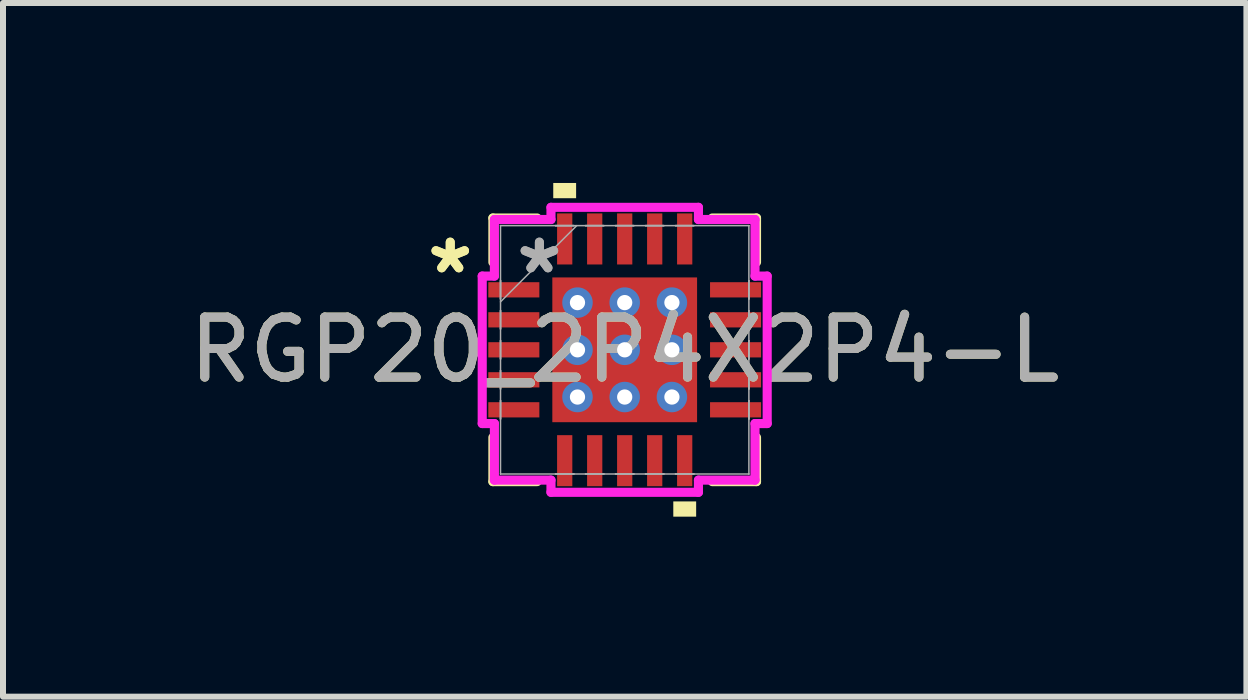
<source format=kicad_pcb>
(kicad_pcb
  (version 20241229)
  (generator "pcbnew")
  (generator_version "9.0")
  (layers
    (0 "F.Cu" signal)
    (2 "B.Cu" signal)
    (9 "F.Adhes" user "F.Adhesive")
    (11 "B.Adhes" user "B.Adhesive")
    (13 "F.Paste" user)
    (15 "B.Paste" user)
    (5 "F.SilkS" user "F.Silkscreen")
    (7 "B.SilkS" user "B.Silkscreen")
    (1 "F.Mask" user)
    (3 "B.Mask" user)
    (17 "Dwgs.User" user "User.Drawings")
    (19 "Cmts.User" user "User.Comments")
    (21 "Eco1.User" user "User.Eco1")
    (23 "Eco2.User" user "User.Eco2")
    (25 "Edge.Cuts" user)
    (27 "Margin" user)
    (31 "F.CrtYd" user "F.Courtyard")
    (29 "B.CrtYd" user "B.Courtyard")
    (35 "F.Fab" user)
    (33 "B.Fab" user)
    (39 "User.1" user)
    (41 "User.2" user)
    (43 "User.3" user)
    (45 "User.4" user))
  (footprint "RGP20_2P4X2P4-L"
    (layer "F.Cu")
    (at 7.363 2.781)
    (property "Reference" "RGP20_2P4X2P4-L" (at 0 0 0) (unlocked yes) (layer "F.SilkS") (effects (font (size 1 1) (thickness 0.15))))
    (attr smd)
    (fp_poly (pts (xy -1.27 -1.27) (xy -0.987 -1.27) (xy -0.987 1.27) (xy -1.27 1.27)) (stroke (width 0) (type solid)) (fill yes) (layer "F.Mask"))
    (fp_poly (pts (xy -1.27 -1.27) (xy 1.27 -1.27) (xy 1.27 -0.987) (xy -1.27 -0.987)) (stroke (width 0) (type solid)) (fill yes) (layer "F.Mask"))
    (fp_poly (pts (xy -1.27 -0.587) (xy 1.27 -0.587) (xy 1.27 -0.2) (xy -1.27 -0.2)) (stroke (width 0) (type solid)) (fill yes) (layer "F.Mask"))
    (fp_poly (pts (xy -1.27 0.2) (xy 1.27 0.2) (xy 1.27 0.587) (xy -1.27 0.587)) (stroke (width 0) (type solid)) (fill yes) (layer "F.Mask"))
    (fp_poly (pts (xy -1.27 0.987) (xy 1.27 0.987) (xy 1.27 1.27) (xy -1.27 1.27)) (stroke (width 0) (type solid)) (fill yes) (layer "F.Mask"))
    (fp_poly (pts (xy -0.2 -1.27) (xy -0.587 -1.27) (xy -0.587 1.27) (xy -0.2 1.27)) (stroke (width 0) (type solid)) (fill yes) (layer "F.Mask"))
    (fp_poly (pts (xy 0.587 -1.27) (xy 0.2 -1.27) (xy 0.2 1.27) (xy 0.587 1.27)) (stroke (width 0) (type solid)) (fill yes) (layer "F.Mask"))
    (fp_poly (pts (xy 0.987 -1.27) (xy 1.27 -1.27) (xy 1.27 1.27) (xy 0.987 1.27)) (stroke (width 0) (type solid)) (fill yes) (layer "F.Mask"))
    (fp_line (start -2.197 -2.197) (end -2.197 -1.46) (stroke (width 0.152) (type solid)) (layer "F.SilkS"))
    (fp_line (start -2.197 1.46) (end -2.197 2.197) (stroke (width 0.152) (type solid)) (layer "F.SilkS"))
    (fp_line (start -2.197 2.197) (end -1.46 2.197) (stroke (width 0.152) (type solid)) (layer "F.SilkS"))
    (fp_line (start -1.46 -2.197) (end -2.197 -2.197) (stroke (width 0.152) (type solid)) (layer "F.SilkS"))
    (fp_line (start 1.46 2.197) (end 2.197 2.197) (stroke (width 0.152) (type solid)) (layer "F.SilkS"))
    (fp_line (start 2.197 -2.197) (end 1.46 -2.197) (stroke (width 0.152) (type solid)) (layer "F.SilkS"))
    (fp_line (start 2.197 -1.46) (end 2.197 -2.197) (stroke (width 0.152) (type solid)) (layer "F.SilkS"))
    (fp_line (start 2.197 2.197) (end 2.197 1.46) (stroke (width 0.152) (type solid)) (layer "F.SilkS"))
    (fp_poly (pts (xy -1.191 -2.527) (xy -1.191 -2.781) (xy -0.81 -2.781) (xy -0.81 -2.527)) (stroke (width 0) (type solid)) (fill yes) (layer "F.SilkS"))
    (fp_poly (pts (xy 0.81 2.527) (xy 0.81 2.781) (xy 1.191 2.781) (xy 1.191 2.527)) (stroke (width 0) (type solid)) (fill yes) (layer "F.SilkS"))
    (fp_poly (pts (xy -1.132 -1.132) (xy -1.132 -0.887) (xy -1.029 -0.887) (xy -0.887 -1.029) (xy -0.887 -1.132)) (stroke (width 0) (type solid)) (fill yes) (layer "F.Paste"))
    (fp_poly (pts (xy -1.132 0.887) (xy -1.132 1.132) (xy -0.887 1.132) (xy -0.887 1.029) (xy -1.029 0.887)) (stroke (width 0) (type solid)) (fill yes) (layer "F.Paste"))
    (fp_poly (pts (xy 0.887 -1.132) (xy 0.887 -1.029) (xy 1.029 -0.887) (xy 1.132 -0.887) (xy 1.132 -1.132)) (stroke (width 0) (type solid)) (fill yes) (layer "F.Paste"))
    (fp_poly (pts (xy 1.029 0.887) (xy 0.887 1.029) (xy 0.887 1.132) (xy 1.132 1.132) (xy 1.132 0.887)) (stroke (width 0) (type solid)) (fill yes) (layer "F.Paste"))
    (fp_poly (pts (xy -1.132 -0.687) (xy -1.132 -0.1) (xy -1.029 -0.1) (xy -0.887 -0.241) (xy -0.887 -0.546) (xy -1.029 -0.687)) (stroke (width 0) (type solid)) (fill yes) (layer "F.Paste"))
    (fp_poly (pts (xy -1.132 0.1) (xy -1.132 0.687) (xy -1.029 0.687) (xy -0.887 0.546) (xy -0.887 0.241) (xy -1.029 0.1)) (stroke (width 0) (type solid)) (fill yes) (layer "F.Paste"))
    (fp_poly (pts (xy -0.687 -1.132) (xy -0.687 -1.029) (xy -0.546 -0.887) (xy -0.241 -0.887) (xy -0.1 -1.029) (xy -0.1 -1.132)) (stroke (width 0) (type solid)) (fill yes) (layer "F.Paste"))
    (fp_poly (pts (xy -0.546 0.887) (xy -0.687 1.029) (xy -0.687 1.132) (xy -0.1 1.132) (xy -0.1 1.029) (xy -0.241 0.887)) (stroke (width 0) (type solid)) (fill yes) (layer "F.Paste"))
    (fp_poly (pts (xy 0.1 -1.132) (xy 0.1 -1.029) (xy 0.241 -0.887) (xy 0.546 -0.887) (xy 0.687 -1.029) (xy 0.687 -1.132)) (stroke (width 0) (type solid)) (fill yes) (layer "F.Paste"))
    (fp_poly (pts (xy 0.241 0.887) (xy 0.1 1.029) (xy 0.1 1.132) (xy 0.687 1.132) (xy 0.687 1.029) (xy 0.546 0.887)) (stroke (width 0) (type solid)) (fill yes) (layer "F.Paste"))
    (fp_poly (pts (xy 1.029 -0.687) (xy 0.887 -0.546) (xy 0.887 -0.241) (xy 1.029 -0.1) (xy 1.132 -0.1) (xy 1.132 -0.687)) (stroke (width 0) (type solid)) (fill yes) (layer "F.Paste"))
    (fp_poly (pts (xy 1.029 0.1) (xy 0.887 0.241) (xy 0.887 0.546) (xy 1.029 0.687) (xy 1.132 0.687) (xy 1.132 0.1)) (stroke (width 0) (type solid)) (fill yes) (layer "F.Paste"))
    (fp_poly (pts (xy -0.546 -0.687) (xy -0.687 -0.546) (xy -0.687 -0.241) (xy -0.546 -0.1) (xy -0.241 -0.1) (xy -0.1 -0.241) (xy -0.1 -0.546) (xy -0.241 -0.687)) (stroke (width 0) (type solid)) (fill yes) (layer "F.Paste"))
    (fp_poly (pts (xy -0.546 0.1) (xy -0.687 0.241) (xy -0.687 0.546) (xy -0.546 0.687) (xy -0.241 0.687) (xy -0.1 0.546) (xy -0.1 0.241) (xy -0.241 0.1)) (stroke (width 0) (type solid)) (fill yes) (layer "F.Paste"))
    (fp_poly (pts (xy 0.241 -0.687) (xy 0.1 -0.546) (xy 0.1 -0.241) (xy 0.241 -0.1) (xy 0.546 -0.1) (xy 0.687 -0.241) (xy 0.687 -0.546) (xy 0.546 -0.687)) (stroke (width 0) (type solid)) (fill yes) (layer "F.Paste"))
    (fp_poly (pts (xy 0.241 0.1) (xy 0.1 0.241) (xy 0.1 0.546) (xy 0.241 0.687) (xy 0.546 0.687) (xy 0.687 0.546) (xy 0.687 0.241) (xy 0.546 0.1)) (stroke (width 0) (type solid)) (fill yes) (layer "F.Paste"))
    (fp_line (start -2.375 -1.229) (end -2.172 -1.229) (stroke (width 0.152) (type solid)) (layer "F.CrtYd"))
    (fp_line (start -2.375 1.229) (end -2.375 -1.229) (stroke (width 0.152) (type solid)) (layer "F.CrtYd"))
    (fp_line (start -2.172 -2.172) (end -1.229 -2.172) (stroke (width 0.152) (type solid)) (layer "F.CrtYd"))
    (fp_line (start -2.172 -1.229) (end -2.172 -2.172) (stroke (width 0.152) (type solid)) (layer "F.CrtYd"))
    (fp_line (start -2.172 1.229) (end -2.375 1.229) (stroke (width 0.152) (type solid)) (layer "F.CrtYd"))
    (fp_line (start -2.172 2.172) (end -2.172 1.229) (stroke (width 0.152) (type solid)) (layer "F.CrtYd"))
    (fp_line (start -1.229 -2.375) (end 1.229 -2.375) (stroke (width 0.152) (type solid)) (layer "F.CrtYd"))
    (fp_line (start -1.229 -2.172) (end -1.229 -2.375) (stroke (width 0.152) (type solid)) (layer "F.CrtYd"))
    (fp_line (start -1.229 2.172) (end -2.172 2.172) (stroke (width 0.152) (type solid)) (layer "F.CrtYd"))
    (fp_line (start -1.229 2.375) (end -1.229 2.172) (stroke (width 0.152) (type solid)) (layer "F.CrtYd"))
    (fp_line (start 1.229 -2.375) (end 1.229 -2.172) (stroke (width 0.152) (type solid)) (layer "F.CrtYd"))
    (fp_line (start 1.229 -2.172) (end 2.172 -2.172) (stroke (width 0.152) (type solid)) (layer "F.CrtYd"))
    (fp_line (start 1.229 2.172) (end 1.229 2.375) (stroke (width 0.152) (type solid)) (layer "F.CrtYd"))
    (fp_line (start 1.229 2.375) (end -1.229 2.375) (stroke (width 0.152) (type solid)) (layer "F.CrtYd"))
    (fp_line (start 2.172 -2.172) (end 2.172 -1.229) (stroke (width 0.152) (type solid)) (layer "F.CrtYd"))
    (fp_line (start 2.172 -1.229) (end 2.375 -1.229) (stroke (width 0.152) (type solid)) (layer "F.CrtYd"))
    (fp_line (start 2.172 1.229) (end 2.172 2.172) (stroke (width 0.152) (type solid)) (layer "F.CrtYd"))
    (fp_line (start 2.172 2.172) (end 1.229 2.172) (stroke (width 0.152) (type solid)) (layer "F.CrtYd"))
    (fp_line (start 2.375 -1.229) (end 2.375 1.229) (stroke (width 0.152) (type solid)) (layer "F.CrtYd"))
    (fp_line (start 2.375 1.229) (end 2.172 1.229) (stroke (width 0.152) (type solid)) (layer "F.CrtYd"))
    (fp_line (start -2.07 -2.07) (end -2.07 -2.07) (stroke (width 0.025) (type solid)) (layer "F.Fab"))
    (fp_line (start -2.07 -2.07) (end -2.07 2.07) (stroke (width 0.025) (type solid)) (layer "F.Fab"))
    (fp_line (start -2.07 -1.152) (end -2.07 -1.152) (stroke (width 0.025) (type solid)) (layer "F.Fab"))
    (fp_line (start -2.07 -1.152) (end -2.07 -0.848) (stroke (width 0.025) (type solid)) (layer "F.Fab"))
    (fp_line (start -2.07 -0.848) (end -2.07 -1.152) (stroke (width 0.025) (type solid)) (layer "F.Fab"))
    (fp_line (start -2.07 -0.848) (end -2.07 -0.848) (stroke (width 0.025) (type solid)) (layer "F.Fab"))
    (fp_line (start -2.07 -0.8) (end -0.8 -2.07) (stroke (width 0.025) (type solid)) (layer "F.Fab"))
    (fp_line (start -2.07 -0.652) (end -2.07 -0.652) (stroke (width 0.025) (type solid)) (layer "F.Fab"))
    (fp_line (start -2.07 -0.652) (end -2.07 -0.348) (stroke (width 0.025) (type solid)) (layer "F.Fab"))
    (fp_line (start -2.07 -0.348) (end -2.07 -0.652) (stroke (width 0.025) (type solid)) (layer "F.Fab"))
    (fp_line (start -2.07 -0.348) (end -2.07 -0.348) (stroke (width 0.025) (type solid)) (layer "F.Fab"))
    (fp_line (start -2.07 -0.152) (end -2.07 -0.152) (stroke (width 0.025) (type solid)) (layer "F.Fab"))
    (fp_line (start -2.07 -0.152) (end -2.07 0.152) (stroke (width 0.025) (type solid)) (layer "F.Fab"))
    (fp_line (start -2.07 0.152) (end -2.07 -0.152) (stroke (width 0.025) (type solid)) (layer "F.Fab"))
    (fp_line (start -2.07 0.152) (end -2.07 0.152) (stroke (width 0.025) (type solid)) (layer "F.Fab"))
    (fp_line (start -2.07 0.348) (end -2.07 0.348) (stroke (width 0.025) (type solid)) (layer "F.Fab"))
    (fp_line (start -2.07 0.348) (end -2.07 0.652) (stroke (width 0.025) (type solid)) (layer "F.Fab"))
    (fp_line (start -2.07 0.652) (end -2.07 0.348) (stroke (width 0.025) (type solid)) (layer "F.Fab"))
    (fp_line (start -2.07 0.652) (end -2.07 0.652) (stroke (width 0.025) (type solid)) (layer "F.Fab"))
    (fp_line (start -2.07 0.848) (end -2.07 0.848) (stroke (width 0.025) (type solid)) (layer "F.Fab"))
    (fp_line (start -2.07 0.848) (end -2.07 1.152) (stroke (width 0.025) (type solid)) (layer "F.Fab"))
    (fp_line (start -2.07 1.152) (end -2.07 0.848) (stroke (width 0.025) (type solid)) (layer "F.Fab"))
    (fp_line (start -2.07 1.152) (end -2.07 1.152) (stroke (width 0.025) (type solid)) (layer "F.Fab"))
    (fp_line (start -2.07 2.07) (end -2.07 2.07) (stroke (width 0.025) (type solid)) (layer "F.Fab"))
    (fp_line (start -2.07 2.07) (end 2.07 2.07) (stroke (width 0.025) (type solid)) (layer "F.Fab"))
    (fp_line (start -1.152 -2.07) (end -1.152 -2.07) (stroke (width 0.025) (type solid)) (layer "F.Fab"))
    (fp_line (start -1.152 -2.07) (end -0.848 -2.07) (stroke (width 0.025) (type solid)) (layer "F.Fab"))
    (fp_line (start -1.152 2.07) (end -1.152 2.07) (stroke (width 0.025) (type solid)) (layer "F.Fab"))
    (fp_line (start -1.152 2.07) (end -0.848 2.07) (stroke (width 0.025) (type solid)) (layer "F.Fab"))
    (fp_line (start -0.848 -2.07) (end -1.152 -2.07) (stroke (width 0.025) (type solid)) (layer "F.Fab"))
    (fp_line (start -0.848 -2.07) (end -0.848 -2.07) (stroke (width 0.025) (type solid)) (layer "F.Fab"))
    (fp_line (start -0.848 2.07) (end -1.152 2.07) (stroke (width 0.025) (type solid)) (layer "F.Fab"))
    (fp_line (start -0.848 2.07) (end -0.848 2.07) (stroke (width 0.025) (type solid)) (layer "F.Fab"))
    (fp_line (start -0.652 -2.07) (end -0.652 -2.07) (stroke (width 0.025) (type solid)) (layer "F.Fab"))
    (fp_line (start -0.652 -2.07) (end -0.348 -2.07) (stroke (width 0.025) (type solid)) (layer "F.Fab"))
    (fp_line (start -0.652 2.07) (end -0.652 2.07) (stroke (width 0.025) (type solid)) (layer "F.Fab"))
    (fp_line (start -0.652 2.07) (end -0.348 2.07) (stroke (width 0.025) (type solid)) (layer "F.Fab"))
    (fp_line (start -0.348 -2.07) (end -0.652 -2.07) (stroke (width 0.025) (type solid)) (layer "F.Fab"))
    (fp_line (start -0.348 -2.07) (end -0.348 -2.07) (stroke (width 0.025) (type solid)) (layer "F.Fab"))
    (fp_line (start -0.348 2.07) (end -0.652 2.07) (stroke (width 0.025) (type solid)) (layer "F.Fab"))
    (fp_line (start -0.348 2.07) (end -0.348 2.07) (stroke (width 0.025) (type solid)) (layer "F.Fab"))
    (fp_line (start -0.152 -2.07) (end -0.152 -2.07) (stroke (width 0.025) (type solid)) (layer "F.Fab"))
    (fp_line (start -0.152 -2.07) (end 0.152 -2.07) (stroke (width 0.025) (type solid)) (layer "F.Fab"))
    (fp_line (start -0.152 2.07) (end -0.152 2.07) (stroke (width 0.025) (type solid)) (layer "F.Fab"))
    (fp_line (start -0.152 2.07) (end 0.152 2.07) (stroke (width 0.025) (type solid)) (layer "F.Fab"))
    (fp_line (start 0.152 -2.07) (end -0.152 -2.07) (stroke (width 0.025) (type solid)) (layer "F.Fab"))
    (fp_line (start 0.152 -2.07) (end 0.152 -2.07) (stroke (width 0.025) (type solid)) (layer "F.Fab"))
    (fp_line (start 0.152 2.07) (end -0.152 2.07) (stroke (width 0.025) (type solid)) (layer "F.Fab"))
    (fp_line (start 0.152 2.07) (end 0.152 2.07) (stroke (width 0.025) (type solid)) (layer "F.Fab"))
    (fp_line (start 0.348 -2.07) (end 0.348 -2.07) (stroke (width 0.025) (type solid)) (layer "F.Fab"))
    (fp_line (start 0.348 -2.07) (end 0.652 -2.07) (stroke (width 0.025) (type solid)) (layer "F.Fab"))
    (fp_line (start 0.348 2.07) (end 0.348 2.07) (stroke (width 0.025) (type solid)) (layer "F.Fab"))
    (fp_line (start 0.348 2.07) (end 0.652 2.07) (stroke (width 0.025) (type solid)) (layer "F.Fab"))
    (fp_line (start 0.652 -2.07) (end 0.348 -2.07) (stroke (width 0.025) (type solid)) (layer "F.Fab"))
    (fp_line (start 0.652 -2.07) (end 0.652 -2.07) (stroke (width 0.025) (type solid)) (layer "F.Fab"))
    (fp_line (start 0.652 2.07) (end 0.348 2.07) (stroke (width 0.025) (type solid)) (layer "F.Fab"))
    (fp_line (start 0.652 2.07) (end 0.652 2.07) (stroke (width 0.025) (type solid)) (layer "F.Fab"))
    (fp_line (start 0.848 -2.07) (end 0.848 -2.07) (stroke (width 0.025) (type solid)) (layer "F.Fab"))
    (fp_line (start 0.848 -2.07) (end 1.152 -2.07) (stroke (width 0.025) (type solid)) (layer "F.Fab"))
    (fp_line (start 0.848 2.07) (end 0.848 2.07) (stroke (width 0.025) (type solid)) (layer "F.Fab"))
    (fp_line (start 0.848 2.07) (end 1.152 2.07) (stroke (width 0.025) (type solid)) (layer "F.Fab"))
    (fp_line (start 1.152 -2.07) (end 0.848 -2.07) (stroke (width 0.025) (type solid)) (layer "F.Fab"))
    (fp_line (start 1.152 -2.07) (end 1.152 -2.07) (stroke (width 0.025) (type solid)) (layer "F.Fab"))
    (fp_line (start 1.152 2.07) (end 0.848 2.07) (stroke (width 0.025) (type solid)) (layer "F.Fab"))
    (fp_line (start 1.152 2.07) (end 1.152 2.07) (stroke (width 0.025) (type solid)) (layer "F.Fab"))
    (fp_line (start 2.07 -2.07) (end -2.07 -2.07) (stroke (width 0.025) (type solid)) (layer "F.Fab"))
    (fp_line (start 2.07 -2.07) (end 2.07 -2.07) (stroke (width 0.025) (type solid)) (layer "F.Fab"))
    (fp_line (start 2.07 -1.152) (end 2.07 -1.152) (stroke (width 0.025) (type solid)) (layer "F.Fab"))
    (fp_line (start 2.07 -1.152) (end 2.07 -0.848) (stroke (width 0.025) (type solid)) (layer "F.Fab"))
    (fp_line (start 2.07 -0.848) (end 2.07 -1.152) (stroke (width 0.025) (type solid)) (layer "F.Fab"))
    (fp_line (start 2.07 -0.848) (end 2.07 -0.848) (stroke (width 0.025) (type solid)) (layer "F.Fab"))
    (fp_line (start 2.07 -0.652) (end 2.07 -0.652) (stroke (width 0.025) (type solid)) (layer "F.Fab"))
    (fp_line (start 2.07 -0.652) (end 2.07 -0.348) (stroke (width 0.025) (type solid)) (layer "F.Fab"))
    (fp_line (start 2.07 -0.348) (end 2.07 -0.652) (stroke (width 0.025) (type solid)) (layer "F.Fab"))
    (fp_line (start 2.07 -0.348) (end 2.07 -0.348) (stroke (width 0.025) (type solid)) (layer "F.Fab"))
    (fp_line (start 2.07 -0.152) (end 2.07 -0.152) (stroke (width 0.025) (type solid)) (layer "F.Fab"))
    (fp_line (start 2.07 -0.152) (end 2.07 0.152) (stroke (width 0.025) (type solid)) (layer "F.Fab"))
    (fp_line (start 2.07 0.152) (end 2.07 -0.152) (stroke (width 0.025) (type solid)) (layer "F.Fab"))
    (fp_line (start 2.07 0.152) (end 2.07 0.152) (stroke (width 0.025) (type solid)) (layer "F.Fab"))
    (fp_line (start 2.07 0.348) (end 2.07 0.348) (stroke (width 0.025) (type solid)) (layer "F.Fab"))
    (fp_line (start 2.07 0.348) (end 2.07 0.652) (stroke (width 0.025) (type solid)) (layer "F.Fab"))
    (fp_line (start 2.07 0.652) (end 2.07 0.348) (stroke (width 0.025) (type solid)) (layer "F.Fab"))
    (fp_line (start 2.07 0.652) (end 2.07 0.652) (stroke (width 0.025) (type solid)) (layer "F.Fab"))
    (fp_line (start 2.07 0.848) (end 2.07 0.848) (stroke (width 0.025) (type solid)) (layer "F.Fab"))
    (fp_line (start 2.07 0.848) (end 2.07 1.152) (stroke (width 0.025) (type solid)) (layer "F.Fab"))
    (fp_line (start 2.07 1.152) (end 2.07 0.848) (stroke (width 0.025) (type solid)) (layer "F.Fab"))
    (fp_line (start 2.07 1.152) (end 2.07 1.152) (stroke (width 0.025) (type solid)) (layer "F.Fab"))
    (fp_line (start 2.07 2.07) (end 2.07 -2.07) (stroke (width 0.025) (type solid)) (layer "F.Fab"))
    (fp_line (start 2.07 2.07) (end 2.07 2.07) (stroke (width 0.025) (type solid)) (layer "F.Fab"))
    (fp_text user "*" (at -2.908 -1.25 0) (unlocked yes) (layer "F.SilkS") (effects (font (size 1 1) (thickness 0.15))))
    (fp_text user "*" (at -2.908 -1.25 0) (layer "F.SilkS") (effects (font (size 1 1) (thickness 0.15))))
    (fp_text user "*" (at -1.422 -1.25 0) (layer "F.Fab") (effects (font (size 1 1) (thickness 0.15))))
    (fp_text user "${REFERENCE}" (at 0 0 0) (unlocked yes) (layer "F.Fab") (effects (font (size 1 1) (thickness 0.15))))
    (fp_text user "*" (at -1.422 -1.25 0) (unlocked yes) (layer "F.Fab") (effects (font (size 1 1) (thickness 0.15))))
    (pad "1" smd rect (at -1.848 -1 90) (size 0.254 0.851) (layers "F.Cu" "F.Mask" "F.Paste"))
    (pad "2" smd rect (at -1.848 -0.5 90) (size 0.254 0.851) (layers "F.Cu" "F.Mask" "F.Paste"))
    (pad "3" smd rect (at -1.848 0 90) (size 0.254 0.851) (layers "F.Cu" "F.Mask" "F.Paste"))
    (pad "4" smd rect (at -1.848 0.5 90) (size 0.254 0.851) (layers "F.Cu" "F.Mask" "F.Paste"))
    (pad "5" smd rect (at -1.848 1 90) (size 0.254 0.851) (layers "F.Cu" "F.Mask" "F.Paste"))
    (pad "6" smd rect (at -1 1.848) (size 0.254 0.851) (layers "F.Cu" "F.Mask" "F.Paste"))
    (pad "7" smd rect (at -0.5 1.848) (size 0.254 0.851) (layers "F.Cu" "F.Mask" "F.Paste"))
    (pad "8" smd rect (at 0 1.848) (size 0.254 0.851) (layers "F.Cu" "F.Mask" "F.Paste"))
    (pad "9" smd rect (at 0.5 1.848) (size 0.254 0.851) (layers "F.Cu" "F.Mask" "F.Paste"))
    (pad "10" smd rect (at 1 1.848) (size 0.254 0.851) (layers "F.Cu" "F.Mask" "F.Paste"))
    (pad "11" smd rect (at 1.848 1 90) (size 0.254 0.851) (layers "F.Cu" "F.Mask" "F.Paste"))
    (pad "12" smd rect (at 1.848 0.5 90) (size 0.254 0.851) (layers "F.Cu" "F.Mask" "F.Paste"))
    (pad "13" smd rect (at 1.848 0 90) (size 0.254 0.851) (layers "F.Cu" "F.Mask" "F.Paste"))
    (pad "14" smd rect (at 1.848 -0.5 90) (size 0.254 0.851) (layers "F.Cu" "F.Mask" "F.Paste"))
    (pad "15" smd rect (at 1.848 -1 90) (size 0.254 0.851) (layers "F.Cu" "F.Mask" "F.Paste"))
    (pad "16" smd rect (at 1 -1.848) (size 0.254 0.851) (layers "F.Cu" "F.Mask" "F.Paste"))
    (pad "17" smd rect (at 0.5 -1.848) (size 0.254 0.851) (layers "F.Cu" "F.Mask" "F.Paste"))
    (pad "18" smd rect (at 0 -1.848) (size 0.254 0.851) (layers "F.Cu" "F.Mask" "F.Paste"))
    (pad "19" smd rect (at -0.5 -1.848) (size 0.254 0.851) (layers "F.Cu" "F.Mask" "F.Paste"))
    (pad "20" smd rect (at -1 -1.848) (size 0.254 0.851) (layers "F.Cu" "F.Mask" "F.Paste"))
    (pad "21" smd rect (at 0 0) (size 2.413 2.413) (layers "F.Cu"))
    (pad "V" thru_hole circle (at -0.787 -0.787) (size 0.508 0.508) (drill 0.254) (layers "*.Cu" "*.Mask"))
    (pad "V" thru_hole circle (at -0.787 0) (size 0.508 0.508) (drill 0.254) (layers "*.Cu" "*.Mask"))
    (pad "V" thru_hole circle (at -0.787 0.787) (size 0.508 0.508) (drill 0.254) (layers "*.Cu" "*.Mask"))
    (pad "V" thru_hole circle (at 0 -0.787) (size 0.508 0.508) (drill 0.254) (layers "*.Cu" "*.Mask"))
    (pad "V" thru_hole circle (at 0 0) (size 0.508 0.508) (drill 0.254) (layers "*.Cu" "*.Mask"))
    (pad "V" thru_hole circle (at 0 0.787) (size 0.508 0.508) (drill 0.254) (layers "*.Cu" "*.Mask"))
    (pad "V" thru_hole circle (at 0.787 -0.787) (size 0.508 0.508) (drill 0.254) (layers "*.Cu" "*.Mask"))
    (pad "V" thru_hole circle (at 0.787 0) (size 0.508 0.508) (drill 0.254) (layers "*.Cu" "*.Mask"))
    (pad "V" thru_hole circle (at 0.787 0.787) (size 0.508 0.508) (drill 0.254) (layers "*.Cu" "*.Mask")))
  (gr_rect
    (start -3 -3)
    (end 17.726 8.563)
    (stroke (width 0.1) (type default))
    (fill no)
    (layer "Edge.Cuts")))
</source>
